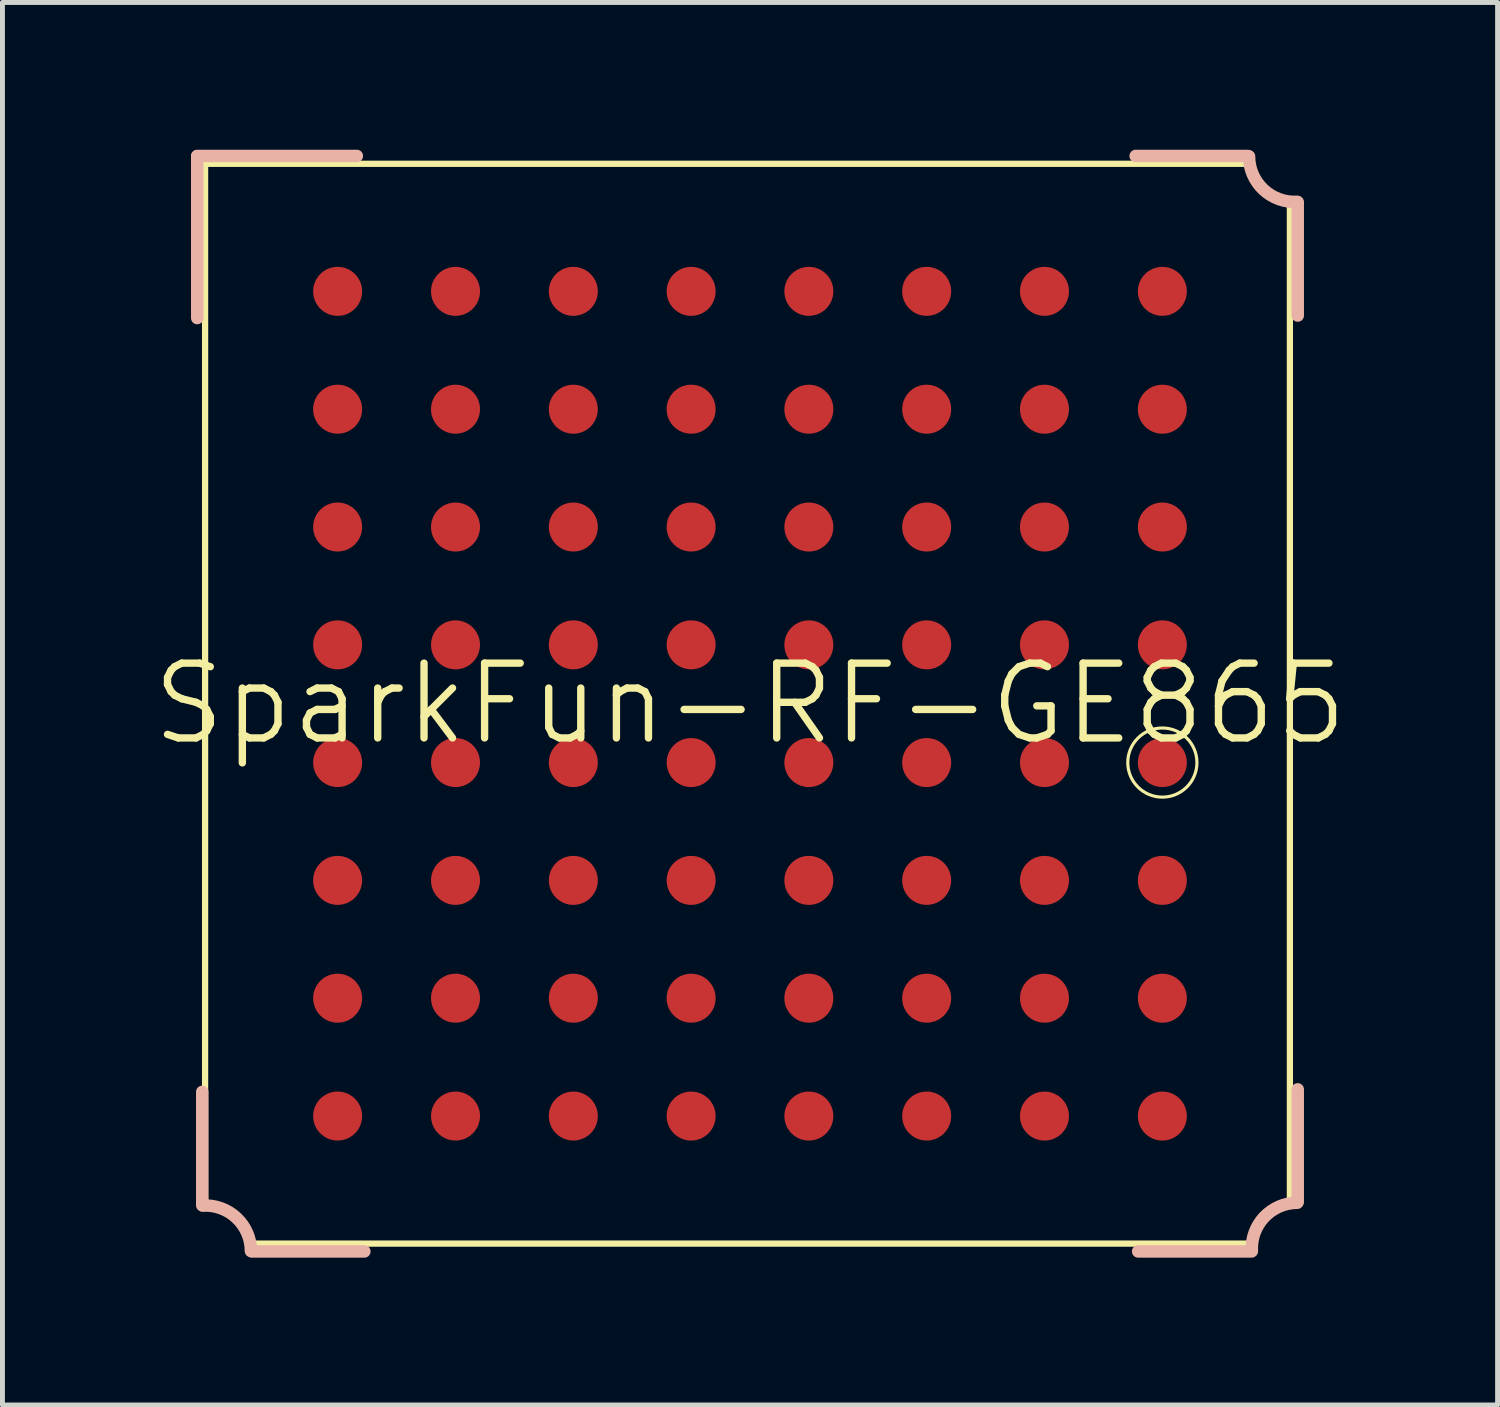
<source format=kicad_pcb>
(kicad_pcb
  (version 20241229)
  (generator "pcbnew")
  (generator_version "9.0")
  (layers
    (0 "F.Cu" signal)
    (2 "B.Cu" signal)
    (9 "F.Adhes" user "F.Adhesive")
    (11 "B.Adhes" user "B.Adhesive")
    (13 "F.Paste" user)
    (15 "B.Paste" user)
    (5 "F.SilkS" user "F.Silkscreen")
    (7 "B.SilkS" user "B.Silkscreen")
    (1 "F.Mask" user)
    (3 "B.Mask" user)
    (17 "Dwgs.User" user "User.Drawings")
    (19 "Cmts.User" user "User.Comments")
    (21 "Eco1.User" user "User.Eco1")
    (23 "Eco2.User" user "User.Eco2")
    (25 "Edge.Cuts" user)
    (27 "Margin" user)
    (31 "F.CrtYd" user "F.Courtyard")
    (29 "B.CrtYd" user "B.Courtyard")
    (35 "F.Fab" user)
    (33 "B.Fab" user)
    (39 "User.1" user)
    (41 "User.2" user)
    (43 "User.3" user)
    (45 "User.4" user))
  (footprint "SparkFun-RF-GE865"
    (layer "F.Cu")
    (at 12.228 11.285)
    (property "Reference" "SparkFun-RF-GE865" (at 0 0 0) (layer "F.SilkS") (effects (font (size 1.524 1.524) (thickness 0.15))))
    (attr smd)
    (fp_line (start -11.1 -10.998) (end 10.178 -10.998) (stroke (width 0.127) (type solid)) (layer "F.SilkS"))
    (fp_line (start -11.1 10.198) (end -11.1 -10.998) (stroke (width 0.127) (type solid)) (layer "F.SilkS"))
    (fp_line (start 10.198 10.998) (end -10.198 10.998) (stroke (width 0.127) (type solid)) (layer "F.SilkS"))
    (fp_line (start 10.998 -10.218) (end 10.998 10.178) (stroke (width 0.127) (type solid)) (layer "F.SilkS"))
    (fp_arc (start -11.09218 10.2235) (mid -10.478595 10.419223) (end -10.197697 10.998783) (stroke (width 0.127) (type solid)) (layer "F.SilkS"))
    (fp_arc (start 10.2235 10.99312) (mid 10.434987 10.418999) (end 10.996806 10.176716) (stroke (width 0.127) (type solid)) (layer "F.SilkS"))
    (fp_arc (start 10.99312 -10.2235) (mid 10.418999 -10.434987) (end 10.176716 -10.996806) (stroke (width 0.127) (type solid)) (layer "F.SilkS"))
    (fp_circle (center 8.4 1.199) (end 8.898 1.697) (stroke (width 0.064) (type solid)) (fill no) (layer "F.SilkS"))
    (fp_line (start -11.26 -11.158) (end -8.009 -11.158) (stroke (width 0.254) (type solid)) (layer "B.SilkS"))
    (fp_line (start -11.26 -7.856) (end -11.26 -11.153) (stroke (width 0.254) (type solid)) (layer "B.SilkS"))
    (fp_line (start -11.158 10.218) (end -11.158 7.907) (stroke (width 0.254) (type solid)) (layer "B.SilkS"))
    (fp_line (start -7.856 11.158) (end -10.142 11.158) (stroke (width 0.254) (type solid)) (layer "B.SilkS"))
    (fp_line (start 7.856 -11.158) (end 10.142 -11.158) (stroke (width 0.254) (type solid)) (layer "B.SilkS"))
    (fp_line (start 10.218 11.158) (end 7.907 11.158) (stroke (width 0.254) (type solid)) (layer "B.SilkS"))
    (fp_line (start 11.158 -10.218) (end 11.158 -7.907) (stroke (width 0.254) (type solid)) (layer "B.SilkS"))
    (fp_line (start 11.158 7.856) (end 11.158 10.142) (stroke (width 0.254) (type solid)) (layer "B.SilkS"))
    (fp_arc (start -11.14298 10.2235) (mid -10.456033 10.476862) (end -10.166366 11.149307) (stroke (width 0.254) (type solid)) (layer "B.SilkS"))
    (fp_arc (start 10.2235 11.14298) (mid 10.476862 10.456033) (end 11.149307 10.166366) (stroke (width 0.254) (type solid)) (layer "B.SilkS"))
    (fp_arc (start 11.14298 -10.2235) (mid 10.456033 -10.476862) (end 10.166366 -11.149307) (stroke (width 0.254) (type solid)) (layer "B.SilkS"))
    (pad "A1" smd circle (at -8.4 -8.4) (size 0.998 0.998) (layers "F.Cu" "F.Mask" "F.Paste"))
    (pad "A2" smd circle (at -8.4 -5.999) (size 0.998 0.998) (layers "F.Cu" "F.Mask" "F.Paste"))
    (pad "A3" smd circle (at -8.4 -3.599) (size 0.998 0.998) (layers "F.Cu" "F.Mask" "F.Paste"))
    (pad "A4" smd circle (at -8.4 -1.199) (size 0.998 0.998) (layers "F.Cu" "F.Mask" "F.Paste"))
    (pad "A5" smd circle (at -8.4 1.199) (size 0.998 0.998) (layers "F.Cu" "F.Mask" "F.Paste"))
    (pad "A6" smd circle (at -8.4 3.599) (size 0.998 0.998) (layers "F.Cu" "F.Mask" "F.Paste"))
    (pad "A7" smd circle (at -8.4 5.999) (size 0.998 0.998) (layers "F.Cu" "F.Mask" "F.Paste"))
    (pad "A8" smd circle (at -8.4 8.4) (size 0.998 0.998) (layers "F.Cu" "F.Mask" "F.Paste"))
    (pad "B1" smd circle (at -5.999 -8.4) (size 0.998 0.998) (layers "F.Cu" "F.Mask" "F.Paste"))
    (pad "B2" smd circle (at -5.999 -5.999) (size 0.998 0.998) (layers "F.Cu" "F.Mask" "F.Paste"))
    (pad "B3" smd circle (at -5.999 -3.599) (size 0.998 0.998) (layers "F.Cu" "F.Mask" "F.Paste"))
    (pad "B4" smd circle (at -5.999 -1.199) (size 0.998 0.998) (layers "F.Cu" "F.Mask" "F.Paste"))
    (pad "B5" smd circle (at -5.999 1.199) (size 0.998 0.998) (layers "F.Cu" "F.Mask" "F.Paste"))
    (pad "B6" smd circle (at -5.999 3.599) (size 0.998 0.998) (layers "F.Cu" "F.Mask" "F.Paste"))
    (pad "B7" smd circle (at -5.999 5.999) (size 0.998 0.998) (layers "F.Cu" "F.Mask" "F.Paste"))
    (pad "B8" smd circle (at -5.999 8.4) (size 0.998 0.998) (layers "F.Cu" "F.Mask" "F.Paste"))
    (pad "C1" smd circle (at -3.599 -8.4) (size 0.998 0.998) (layers "F.Cu" "F.Mask" "F.Paste"))
    (pad "C2" smd circle (at -3.599 -5.999) (size 0.998 0.998) (layers "F.Cu" "F.Mask" "F.Paste"))
    (pad "C3" smd circle (at -3.599 -3.599) (size 0.998 0.998) (layers "F.Cu" "F.Mask" "F.Paste"))
    (pad "C4" smd circle (at -3.599 -1.199) (size 0.998 0.998) (layers "F.Cu" "F.Mask" "F.Paste"))
    (pad "C5" smd circle (at -3.599 1.199) (size 0.998 0.998) (layers "F.Cu" "F.Mask" "F.Paste"))
    (pad "C6" smd circle (at -3.599 3.599) (size 0.998 0.998) (layers "F.Cu" "F.Mask" "F.Paste"))
    (pad "C7" smd circle (at -3.599 5.999) (size 0.998 0.998) (layers "F.Cu" "F.Mask" "F.Paste"))
    (pad "C8" smd circle (at -3.599 8.4) (size 0.998 0.998) (layers "F.Cu" "F.Mask" "F.Paste"))
    (pad "D1" smd circle (at -1.199 -8.4) (size 0.998 0.998) (layers "F.Cu" "F.Mask" "F.Paste"))
    (pad "D2" smd circle (at -1.199 -5.999) (size 0.998 0.998) (layers "F.Cu" "F.Mask" "F.Paste"))
    (pad "D3" smd circle (at -1.199 -3.599) (size 0.998 0.998) (layers "F.Cu" "F.Mask" "F.Paste"))
    (pad "D4" smd circle (at -1.199 -1.199) (size 0.998 0.998) (layers "F.Cu" "F.Mask" "F.Paste"))
    (pad "D5" smd circle (at -1.199 1.199) (size 0.998 0.998) (layers "F.Cu" "F.Mask" "F.Paste"))
    (pad "D6" smd circle (at -1.199 3.599) (size 0.998 0.998) (layers "F.Cu" "F.Mask" "F.Paste"))
    (pad "D7" smd circle (at -1.199 5.999) (size 0.998 0.998) (layers "F.Cu" "F.Mask" "F.Paste"))
    (pad "D8" smd circle (at -1.199 8.4) (size 0.998 0.998) (layers "F.Cu" "F.Mask" "F.Paste"))
    (pad "E1" smd circle (at 1.199 -8.4) (size 0.998 0.998) (layers "F.Cu" "F.Mask" "F.Paste"))
    (pad "E2" smd circle (at 1.199 -5.999) (size 0.998 0.998) (layers "F.Cu" "F.Mask" "F.Paste"))
    (pad "E3" smd circle (at 1.199 -3.599) (size 0.998 0.998) (layers "F.Cu" "F.Mask" "F.Paste"))
    (pad "E4" smd circle (at 1.199 -1.199) (size 0.998 0.998) (layers "F.Cu" "F.Mask" "F.Paste"))
    (pad "E5" smd circle (at 1.199 1.199) (size 0.998 0.998) (layers "F.Cu" "F.Mask" "F.Paste"))
    (pad "E6" smd circle (at 1.199 3.599) (size 0.998 0.998) (layers "F.Cu" "F.Mask" "F.Paste"))
    (pad "E7" smd circle (at 1.199 5.999) (size 0.998 0.998) (layers "F.Cu" "F.Mask" "F.Paste"))
    (pad "E8" smd circle (at 1.199 8.4) (size 0.998 0.998) (layers "F.Cu" "F.Mask" "F.Paste"))
    (pad "F1" smd circle (at 3.599 -8.4) (size 0.998 0.998) (layers "F.Cu" "F.Mask" "F.Paste"))
    (pad "F2" smd circle (at 3.599 -5.999) (size 0.998 0.998) (layers "F.Cu" "F.Mask" "F.Paste"))
    (pad "F3" smd circle (at 3.599 -3.599) (size 0.998 0.998) (layers "F.Cu" "F.Mask" "F.Paste"))
    (pad "F4" smd circle (at 3.599 -1.199) (size 0.998 0.998) (layers "F.Cu" "F.Mask" "F.Paste"))
    (pad "F5" smd circle (at 3.599 1.199) (size 0.998 0.998) (layers "F.Cu" "F.Mask" "F.Paste"))
    (pad "F6" smd circle (at 3.599 3.599) (size 0.998 0.998) (layers "F.Cu" "F.Mask" "F.Paste"))
    (pad "F7" smd circle (at 3.599 5.999) (size 0.998 0.998) (layers "F.Cu" "F.Mask" "F.Paste"))
    (pad "F8" smd circle (at 3.599 8.4) (size 0.998 0.998) (layers "F.Cu" "F.Mask" "F.Paste"))
    (pad "G1" smd circle (at 5.999 -8.4) (size 0.998 0.998) (layers "F.Cu" "F.Mask" "F.Paste"))
    (pad "G2" smd circle (at 5.999 -5.999) (size 0.998 0.998) (layers "F.Cu" "F.Mask" "F.Paste"))
    (pad "G3" smd circle (at 5.999 -3.599) (size 0.998 0.998) (layers "F.Cu" "F.Mask" "F.Paste"))
    (pad "G4" smd circle (at 5.999 -1.199) (size 0.998 0.998) (layers "F.Cu" "F.Mask" "F.Paste"))
    (pad "G5" smd circle (at 5.999 1.199) (size 0.998 0.998) (layers "F.Cu" "F.Mask" "F.Paste"))
    (pad "G6" smd circle (at 5.999 3.599) (size 0.998 0.998) (layers "F.Cu" "F.Mask" "F.Paste"))
    (pad "G7" smd circle (at 5.999 5.999) (size 0.998 0.998) (layers "F.Cu" "F.Mask" "F.Paste"))
    (pad "G8" smd circle (at 5.999 8.4) (size 0.998 0.998) (layers "F.Cu" "F.Mask" "F.Paste"))
    (pad "H1" smd circle (at 8.4 -8.4) (size 0.998 0.998) (layers "F.Cu" "F.Mask" "F.Paste"))
    (pad "H2" smd circle (at 8.4 -5.999) (size 0.998 0.998) (layers "F.Cu" "F.Mask" "F.Paste"))
    (pad "H3" smd circle (at 8.4 -3.599) (size 0.998 0.998) (layers "F.Cu" "F.Mask" "F.Paste"))
    (pad "H4" smd circle (at 8.4 -1.199) (size 0.998 0.998) (layers "F.Cu" "F.Mask" "F.Paste"))
    (pad "H5" smd circle (at 8.4 1.199) (size 0.998 0.998) (layers "F.Cu" "F.Mask" "F.Paste"))
    (pad "H6" smd circle (at 8.4 3.599) (size 0.998 0.998) (layers "F.Cu" "F.Mask" "F.Paste"))
    (pad "H7" smd circle (at 8.4 5.999) (size 0.998 0.998) (layers "F.Cu" "F.Mask" "F.Paste"))
    (pad "H8" smd circle (at 8.4 8.4) (size 0.998 0.998) (layers "F.Cu" "F.Mask" "F.Paste")))
  (gr_rect
    (start -3 -3)
    (end 27.457 25.57)
    (stroke (width 0.1) (type default))
    (fill no)
    (layer "Edge.Cuts")))
</source>
